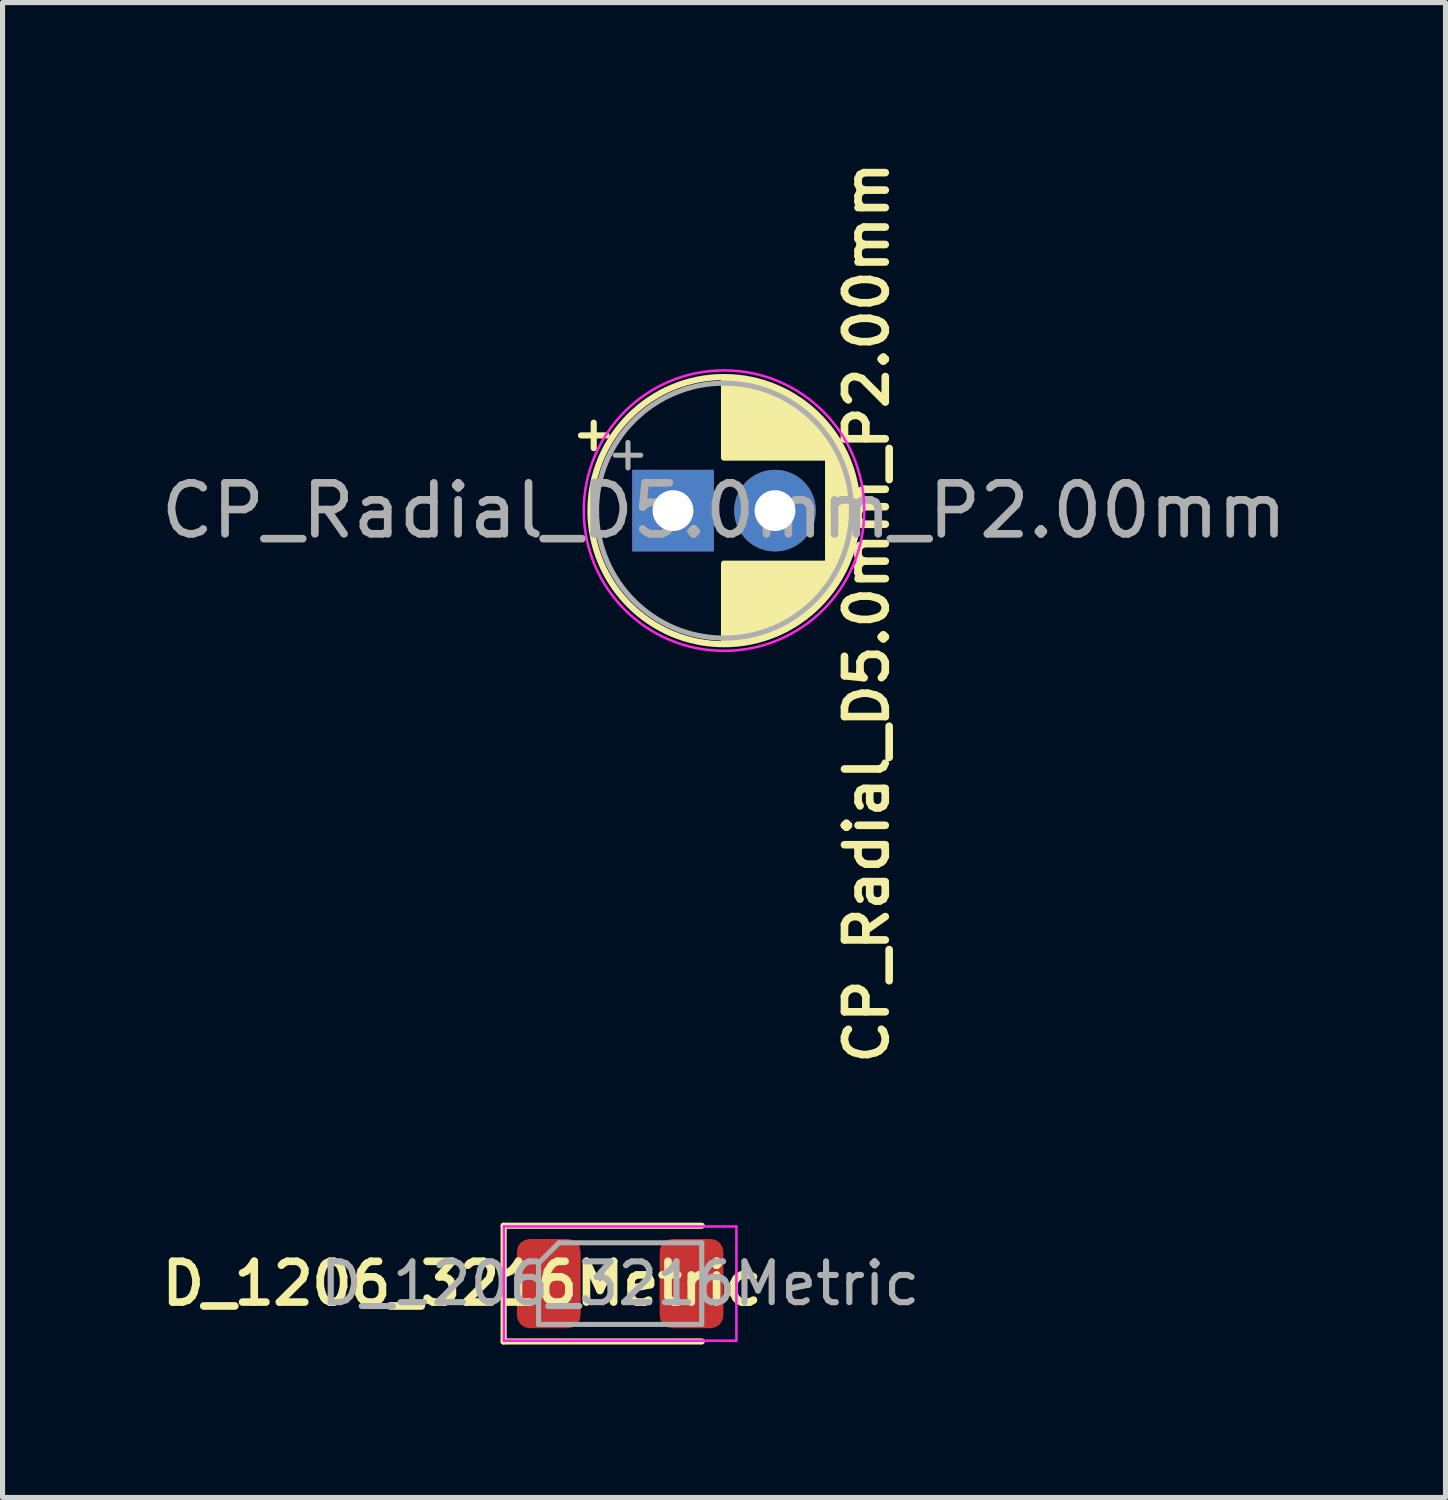
<source format=kicad_pcb>
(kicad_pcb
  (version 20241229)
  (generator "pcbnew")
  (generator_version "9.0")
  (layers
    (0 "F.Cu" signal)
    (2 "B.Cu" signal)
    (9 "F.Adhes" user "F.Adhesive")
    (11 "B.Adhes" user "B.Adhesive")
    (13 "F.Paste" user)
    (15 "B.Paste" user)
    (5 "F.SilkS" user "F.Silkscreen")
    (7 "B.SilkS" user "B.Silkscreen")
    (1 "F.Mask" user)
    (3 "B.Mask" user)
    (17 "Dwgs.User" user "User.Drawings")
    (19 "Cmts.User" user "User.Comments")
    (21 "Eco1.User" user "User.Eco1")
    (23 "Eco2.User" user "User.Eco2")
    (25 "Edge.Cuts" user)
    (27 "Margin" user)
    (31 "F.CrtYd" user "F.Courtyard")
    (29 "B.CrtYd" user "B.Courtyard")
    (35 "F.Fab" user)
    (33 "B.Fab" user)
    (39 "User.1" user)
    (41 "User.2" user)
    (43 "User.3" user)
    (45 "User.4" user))
  (footprint "CP_Radial_D5.0mm_P2.00mm"
    (layer "F.Cu")
    (at 10.149 6.964)
    (property "Reference" "CP_Radial_D5.0mm_P2.00mm" (at 3.8 2 270) (layer "F.SilkS") (effects (font (size 0.8 0.8) (thickness 0.15))))
    (attr through_hole)
    (fp_line (start -1.805 -1.475) (end -1.305 -1.475) (stroke (width 0.12) (type solid)) (layer "F.SilkS"))
    (fp_line (start -1.555 -1.725) (end -1.555 -1.225) (stroke (width 0.12) (type solid)) (layer "F.SilkS"))
    (fp_line (start 1 -2.58) (end 1 -1.04) (stroke (width 0.12) (type solid)) (layer "F.SilkS"))
    (fp_line (start 1 1.04) (end 1 2.58) (stroke (width 0.12) (type solid)) (layer "F.SilkS"))
    (fp_line (start 1.04 -2.58) (end 1.04 -1.04) (stroke (width 0.12) (type solid)) (layer "F.SilkS"))
    (fp_line (start 1.04 1.04) (end 1.04 2.58) (stroke (width 0.12) (type solid)) (layer "F.SilkS"))
    (fp_line (start 1.08 -2.579) (end 1.08 -1.04) (stroke (width 0.12) (type solid)) (layer "F.SilkS"))
    (fp_line (start 1.08 1.04) (end 1.08 2.579) (stroke (width 0.12) (type solid)) (layer "F.SilkS"))
    (fp_line (start 1.12 -2.578) (end 1.12 -1.04) (stroke (width 0.12) (type solid)) (layer "F.SilkS"))
    (fp_line (start 1.12 1.04) (end 1.12 2.578) (stroke (width 0.12) (type solid)) (layer "F.SilkS"))
    (fp_line (start 1.16 -2.576) (end 1.16 -1.04) (stroke (width 0.12) (type solid)) (layer "F.SilkS"))
    (fp_line (start 1.16 1.04) (end 1.16 2.576) (stroke (width 0.12) (type solid)) (layer "F.SilkS"))
    (fp_line (start 1.2 -2.573) (end 1.2 -1.04) (stroke (width 0.12) (type solid)) (layer "F.SilkS"))
    (fp_line (start 1.2 1.04) (end 1.2 2.573) (stroke (width 0.12) (type solid)) (layer "F.SilkS"))
    (fp_line (start 1.24 -2.569) (end 1.24 -1.04) (stroke (width 0.12) (type solid)) (layer "F.SilkS"))
    (fp_line (start 1.24 1.04) (end 1.24 2.569) (stroke (width 0.12) (type solid)) (layer "F.SilkS"))
    (fp_line (start 1.28 -2.565) (end 1.28 -1.04) (stroke (width 0.12) (type solid)) (layer "F.SilkS"))
    (fp_line (start 1.28 1.04) (end 1.28 2.565) (stroke (width 0.12) (type solid)) (layer "F.SilkS"))
    (fp_line (start 1.32 -2.561) (end 1.32 -1.04) (stroke (width 0.12) (type solid)) (layer "F.SilkS"))
    (fp_line (start 1.32 1.04) (end 1.32 2.561) (stroke (width 0.12) (type solid)) (layer "F.SilkS"))
    (fp_line (start 1.36 -2.556) (end 1.36 -1.04) (stroke (width 0.12) (type solid)) (layer "F.SilkS"))
    (fp_line (start 1.36 1.04) (end 1.36 2.556) (stroke (width 0.12) (type solid)) (layer "F.SilkS"))
    (fp_line (start 1.4 -2.55) (end 1.4 -1.04) (stroke (width 0.12) (type solid)) (layer "F.SilkS"))
    (fp_line (start 1.4 1.04) (end 1.4 2.55) (stroke (width 0.12) (type solid)) (layer "F.SilkS"))
    (fp_line (start 1.44 -2.543) (end 1.44 -1.04) (stroke (width 0.12) (type solid)) (layer "F.SilkS"))
    (fp_line (start 1.44 1.04) (end 1.44 2.543) (stroke (width 0.12) (type solid)) (layer "F.SilkS"))
    (fp_line (start 1.48 -2.536) (end 1.48 -1.04) (stroke (width 0.12) (type solid)) (layer "F.SilkS"))
    (fp_line (start 1.48 1.04) (end 1.48 2.536) (stroke (width 0.12) (type solid)) (layer "F.SilkS"))
    (fp_line (start 1.52 -2.528) (end 1.52 -1.04) (stroke (width 0.12) (type solid)) (layer "F.SilkS"))
    (fp_line (start 1.52 1.04) (end 1.52 2.528) (stroke (width 0.12) (type solid)) (layer "F.SilkS"))
    (fp_line (start 1.56 -2.52) (end 1.56 -1.04) (stroke (width 0.12) (type solid)) (layer "F.SilkS"))
    (fp_line (start 1.56 1.04) (end 1.56 2.52) (stroke (width 0.12) (type solid)) (layer "F.SilkS"))
    (fp_line (start 1.6 -2.511) (end 1.6 -1.04) (stroke (width 0.12) (type solid)) (layer "F.SilkS"))
    (fp_line (start 1.6 1.04) (end 1.6 2.511) (stroke (width 0.12) (type solid)) (layer "F.SilkS"))
    (fp_line (start 1.64 -2.501) (end 1.64 -1.04) (stroke (width 0.12) (type solid)) (layer "F.SilkS"))
    (fp_line (start 1.64 1.04) (end 1.64 2.501) (stroke (width 0.12) (type solid)) (layer "F.SilkS"))
    (fp_line (start 1.68 -2.491) (end 1.68 -1.04) (stroke (width 0.12) (type solid)) (layer "F.SilkS"))
    (fp_line (start 1.68 1.04) (end 1.68 2.491) (stroke (width 0.12) (type solid)) (layer "F.SilkS"))
    (fp_line (start 1.721 -2.48) (end 1.721 -1.04) (stroke (width 0.12) (type solid)) (layer "F.SilkS"))
    (fp_line (start 1.721 1.04) (end 1.721 2.48) (stroke (width 0.12) (type solid)) (layer "F.SilkS"))
    (fp_line (start 1.761 -2.468) (end 1.761 -1.04) (stroke (width 0.12) (type solid)) (layer "F.SilkS"))
    (fp_line (start 1.761 1.04) (end 1.761 2.468) (stroke (width 0.12) (type solid)) (layer "F.SilkS"))
    (fp_line (start 1.801 -2.455) (end 1.801 -1.04) (stroke (width 0.12) (type solid)) (layer "F.SilkS"))
    (fp_line (start 1.801 1.04) (end 1.801 2.455) (stroke (width 0.12) (type solid)) (layer "F.SilkS"))
    (fp_line (start 1.841 -2.442) (end 1.841 -1.04) (stroke (width 0.12) (type solid)) (layer "F.SilkS"))
    (fp_line (start 1.841 1.04) (end 1.841 2.442) (stroke (width 0.12) (type solid)) (layer "F.SilkS"))
    (fp_line (start 1.881 -2.428) (end 1.881 -1.04) (stroke (width 0.12) (type solid)) (layer "F.SilkS"))
    (fp_line (start 1.881 1.04) (end 1.881 2.428) (stroke (width 0.12) (type solid)) (layer "F.SilkS"))
    (fp_line (start 1.921 -2.414) (end 1.921 -1.04) (stroke (width 0.12) (type solid)) (layer "F.SilkS"))
    (fp_line (start 1.921 1.04) (end 1.921 2.414) (stroke (width 0.12) (type solid)) (layer "F.SilkS"))
    (fp_line (start 1.961 -2.398) (end 1.961 -1.04) (stroke (width 0.12) (type solid)) (layer "F.SilkS"))
    (fp_line (start 1.961 1.04) (end 1.961 2.398) (stroke (width 0.12) (type solid)) (layer "F.SilkS"))
    (fp_line (start 2.001 -2.382) (end 2.001 -1.04) (stroke (width 0.12) (type solid)) (layer "F.SilkS"))
    (fp_line (start 2.001 1.04) (end 2.001 2.382) (stroke (width 0.12) (type solid)) (layer "F.SilkS"))
    (fp_line (start 2.041 -2.365) (end 2.041 -1.04) (stroke (width 0.12) (type solid)) (layer "F.SilkS"))
    (fp_line (start 2.041 1.04) (end 2.041 2.365) (stroke (width 0.12) (type solid)) (layer "F.SilkS"))
    (fp_line (start 2.081 -2.348) (end 2.081 -1.04) (stroke (width 0.12) (type solid)) (layer "F.SilkS"))
    (fp_line (start 2.081 1.04) (end 2.081 2.348) (stroke (width 0.12) (type solid)) (layer "F.SilkS"))
    (fp_line (start 2.121 -2.329) (end 2.121 -1.04) (stroke (width 0.12) (type solid)) (layer "F.SilkS"))
    (fp_line (start 2.121 1.04) (end 2.121 2.329) (stroke (width 0.12) (type solid)) (layer "F.SilkS"))
    (fp_line (start 2.161 -2.31) (end 2.161 -1.04) (stroke (width 0.12) (type solid)) (layer "F.SilkS"))
    (fp_line (start 2.161 1.04) (end 2.161 2.31) (stroke (width 0.12) (type solid)) (layer "F.SilkS"))
    (fp_line (start 2.201 -2.29) (end 2.201 -1.04) (stroke (width 0.12) (type solid)) (layer "F.SilkS"))
    (fp_line (start 2.201 1.04) (end 2.201 2.29) (stroke (width 0.12) (type solid)) (layer "F.SilkS"))
    (fp_line (start 2.241 -2.268) (end 2.241 -1.04) (stroke (width 0.12) (type solid)) (layer "F.SilkS"))
    (fp_line (start 2.241 1.04) (end 2.241 2.268) (stroke (width 0.12) (type solid)) (layer "F.SilkS"))
    (fp_line (start 2.281 -2.247) (end 2.281 -1.04) (stroke (width 0.12) (type solid)) (layer "F.SilkS"))
    (fp_line (start 2.281 1.04) (end 2.281 2.247) (stroke (width 0.12) (type solid)) (layer "F.SilkS"))
    (fp_line (start 2.321 -2.224) (end 2.321 -1.04) (stroke (width 0.12) (type solid)) (layer "F.SilkS"))
    (fp_line (start 2.321 1.04) (end 2.321 2.224) (stroke (width 0.12) (type solid)) (layer "F.SilkS"))
    (fp_line (start 2.361 -2.2) (end 2.361 -1.04) (stroke (width 0.12) (type solid)) (layer "F.SilkS"))
    (fp_line (start 2.361 1.04) (end 2.361 2.2) (stroke (width 0.12) (type solid)) (layer "F.SilkS"))
    (fp_line (start 2.401 -2.175) (end 2.401 -1.04) (stroke (width 0.12) (type solid)) (layer "F.SilkS"))
    (fp_line (start 2.401 1.04) (end 2.401 2.175) (stroke (width 0.12) (type solid)) (layer "F.SilkS"))
    (fp_line (start 2.441 -2.149) (end 2.441 -1.04) (stroke (width 0.12) (type solid)) (layer "F.SilkS"))
    (fp_line (start 2.441 1.04) (end 2.441 2.149) (stroke (width 0.12) (type solid)) (layer "F.SilkS"))
    (fp_line (start 2.481 -2.122) (end 2.481 -1.04) (stroke (width 0.12) (type solid)) (layer "F.SilkS"))
    (fp_line (start 2.481 1.04) (end 2.481 2.122) (stroke (width 0.12) (type solid)) (layer "F.SilkS"))
    (fp_line (start 2.521 -2.095) (end 2.521 -1.04) (stroke (width 0.12) (type solid)) (layer "F.SilkS"))
    (fp_line (start 2.521 1.04) (end 2.521 2.095) (stroke (width 0.12) (type solid)) (layer "F.SilkS"))
    (fp_line (start 2.561 -2.065) (end 2.561 -1.04) (stroke (width 0.12) (type solid)) (layer "F.SilkS"))
    (fp_line (start 2.561 1.04) (end 2.561 2.065) (stroke (width 0.12) (type solid)) (layer "F.SilkS"))
    (fp_line (start 2.601 -2.035) (end 2.601 -1.04) (stroke (width 0.12) (type solid)) (layer "F.SilkS"))
    (fp_line (start 2.601 1.04) (end 2.601 2.035) (stroke (width 0.12) (type solid)) (layer "F.SilkS"))
    (fp_line (start 2.641 -2.004) (end 2.641 -1.04) (stroke (width 0.12) (type solid)) (layer "F.SilkS"))
    (fp_line (start 2.641 1.04) (end 2.641 2.004) (stroke (width 0.12) (type solid)) (layer "F.SilkS"))
    (fp_line (start 2.681 -1.971) (end 2.681 -1.04) (stroke (width 0.12) (type solid)) (layer "F.SilkS"))
    (fp_line (start 2.681 1.04) (end 2.681 1.971) (stroke (width 0.12) (type solid)) (layer "F.SilkS"))
    (fp_line (start 2.721 -1.937) (end 2.721 -1.04) (stroke (width 0.12) (type solid)) (layer "F.SilkS"))
    (fp_line (start 2.721 1.04) (end 2.721 1.937) (stroke (width 0.12) (type solid)) (layer "F.SilkS"))
    (fp_line (start 2.761 -1.901) (end 2.761 -1.04) (stroke (width 0.12) (type solid)) (layer "F.SilkS"))
    (fp_line (start 2.761 1.04) (end 2.761 1.901) (stroke (width 0.12) (type solid)) (layer "F.SilkS"))
    (fp_line (start 2.801 -1.864) (end 2.801 -1.04) (stroke (width 0.12) (type solid)) (layer "F.SilkS"))
    (fp_line (start 2.801 1.04) (end 2.801 1.864) (stroke (width 0.12) (type solid)) (layer "F.SilkS"))
    (fp_line (start 2.841 -1.826) (end 2.841 -1.04) (stroke (width 0.12) (type solid)) (layer "F.SilkS"))
    (fp_line (start 2.841 1.04) (end 2.841 1.826) (stroke (width 0.12) (type solid)) (layer "F.SilkS"))
    (fp_line (start 2.881 -1.785) (end 2.881 -1.04) (stroke (width 0.12) (type solid)) (layer "F.SilkS"))
    (fp_line (start 2.881 1.04) (end 2.881 1.785) (stroke (width 0.12) (type solid)) (layer "F.SilkS"))
    (fp_line (start 2.921 -1.743) (end 2.921 -1.04) (stroke (width 0.12) (type solid)) (layer "F.SilkS"))
    (fp_line (start 2.921 1.04) (end 2.921 1.743) (stroke (width 0.12) (type solid)) (layer "F.SilkS"))
    (fp_line (start 2.961 -1.699) (end 2.961 -1.04) (stroke (width 0.12) (type solid)) (layer "F.SilkS"))
    (fp_line (start 2.961 1.04) (end 2.961 1.699) (stroke (width 0.12) (type solid)) (layer "F.SilkS"))
    (fp_line (start 3.001 -1.653) (end 3.001 -1.04) (stroke (width 0.12) (type solid)) (layer "F.SilkS"))
    (fp_line (start 3.001 1.04) (end 3.001 1.653) (stroke (width 0.12) (type solid)) (layer "F.SilkS"))
    (fp_line (start 3.041 -1.605) (end 3.041 1.605) (stroke (width 0.12) (type solid)) (layer "F.SilkS"))
    (fp_line (start 3.081 -1.554) (end 3.081 1.554) (stroke (width 0.12) (type solid)) (layer "F.SilkS"))
    (fp_line (start 3.121 -1.5) (end 3.121 1.5) (stroke (width 0.12) (type solid)) (layer "F.SilkS"))
    (fp_line (start 3.161 -1.443) (end 3.161 1.443) (stroke (width 0.12) (type solid)) (layer "F.SilkS"))
    (fp_line (start 3.201 -1.383) (end 3.201 1.383) (stroke (width 0.12) (type solid)) (layer "F.SilkS"))
    (fp_line (start 3.241 -1.319) (end 3.241 1.319) (stroke (width 0.12) (type solid)) (layer "F.SilkS"))
    (fp_line (start 3.281 -1.251) (end 3.281 1.251) (stroke (width 0.12) (type solid)) (layer "F.SilkS"))
    (fp_line (start 3.321 -1.178) (end 3.321 1.178) (stroke (width 0.12) (type solid)) (layer "F.SilkS"))
    (fp_line (start 3.361 -1.098) (end 3.361 1.098) (stroke (width 0.12) (type solid)) (layer "F.SilkS"))
    (fp_line (start 3.401 -1.011) (end 3.401 1.011) (stroke (width 0.12) (type solid)) (layer "F.SilkS"))
    (fp_line (start 3.441 -0.915) (end 3.441 0.915) (stroke (width 0.12) (type solid)) (layer "F.SilkS"))
    (fp_line (start 3.481 -0.805) (end 3.481 0.805) (stroke (width 0.12) (type solid)) (layer "F.SilkS"))
    (fp_line (start 3.521 -0.677) (end 3.521 0.677) (stroke (width 0.12) (type solid)) (layer "F.SilkS"))
    (fp_line (start 3.561 -0.518) (end 3.561 0.518) (stroke (width 0.12) (type solid)) (layer "F.SilkS"))
    (fp_line (start 3.601 -0.284) (end 3.601 0.284) (stroke (width 0.12) (type solid)) (layer "F.SilkS"))
    (fp_circle (center 1 0) (end 3.62 0) (stroke (width 0.12) (type solid)) (fill no) (layer "F.SilkS"))
    (fp_circle (center 1 0) (end 3.75 0) (stroke (width 0.05) (type solid)) (fill no) (layer "F.CrtYd"))
    (fp_line (start -1.134 -1.087) (end -0.634 -1.087) (stroke (width 0.1) (type solid)) (layer "F.Fab"))
    (fp_line (start -0.884 -1.337) (end -0.884 -0.838) (stroke (width 0.1) (type solid)) (layer "F.Fab"))
    (fp_circle (center 1 0) (end 3.5 0) (stroke (width 0.1) (type solid)) (fill no) (layer "F.Fab"))
    (fp_text user "${REFERENCE}" (at 1 0 0) (layer "F.Fab") (effects (font (size 1 1) (thickness 0.15))))
    (pad "1" thru_hole rect (at 0 0) (size 1.6 1.6) (drill 0.8) (layers "*.Cu" "*.Mask"))
    (pad "2" thru_hole circle (at 2 0) (size 1.6 1.6) (drill 0.8) (layers "*.Cu" "*.Mask")))
  (footprint "D_1206_3216Metric"
    (layer "F.Cu")
    (at 9.112 22.123)
    (property "Reference" "D_1206_3216Metric" (at -3.1 0 0) (layer "F.SilkS") (effects (font (size 0.8 0.8) (thickness 0.15))))
    (attr smd)
    (fp_line (start -2.285 -1.135) (end -2.285 1.135) (stroke (width 0.12) (type solid)) (layer "F.SilkS"))
    (fp_line (start -2.285 1.135) (end 1.6 1.135) (stroke (width 0.12) (type solid)) (layer "F.SilkS"))
    (fp_line (start 1.6 -1.135) (end -2.285 -1.135) (stroke (width 0.12) (type solid)) (layer "F.SilkS"))
    (fp_line (start -2.28 -1.12) (end 2.28 -1.12) (stroke (width 0.05) (type solid)) (layer "F.CrtYd"))
    (fp_line (start -2.28 1.12) (end -2.28 -1.12) (stroke (width 0.05) (type solid)) (layer "F.CrtYd"))
    (fp_line (start 2.28 -1.12) (end 2.28 1.12) (stroke (width 0.05) (type solid)) (layer "F.CrtYd"))
    (fp_line (start 2.28 1.12) (end -2.28 1.12) (stroke (width 0.05) (type solid)) (layer "F.CrtYd"))
    (fp_line (start -1.6 -0.4) (end -1.6 0.8) (stroke (width 0.1) (type solid)) (layer "F.Fab"))
    (fp_line (start -1.6 0.8) (end 1.6 0.8) (stroke (width 0.1) (type solid)) (layer "F.Fab"))
    (fp_line (start -1.2 -0.8) (end -1.6 -0.4) (stroke (width 0.1) (type solid)) (layer "F.Fab"))
    (fp_line (start 1.6 -0.8) (end -1.2 -0.8) (stroke (width 0.1) (type solid)) (layer "F.Fab"))
    (fp_line (start 1.6 0.8) (end 1.6 -0.8) (stroke (width 0.1) (type solid)) (layer "F.Fab"))
    (fp_text user "${REFERENCE}" (at 0 0 0) (layer "F.Fab") (effects (font (size 0.8 0.8) (thickness 0.12))))
    (pad "1" smd roundrect (at -1.4 0) (size 1.25 1.75) (layers "F.Cu" "F.Mask" "F.Paste") (roundrect_rratio 0.2))
    (pad "2" smd roundrect (at 1.4 0) (size 1.25 1.75) (layers "F.Cu" "F.Mask" "F.Paste") (roundrect_rratio 0.2)))
  (gr_rect
    (start -3 -3)
    (end 25.298 26.318)
    (stroke (width 0.1) (type default))
    (fill no)
    (layer "Edge.Cuts")))
</source>
